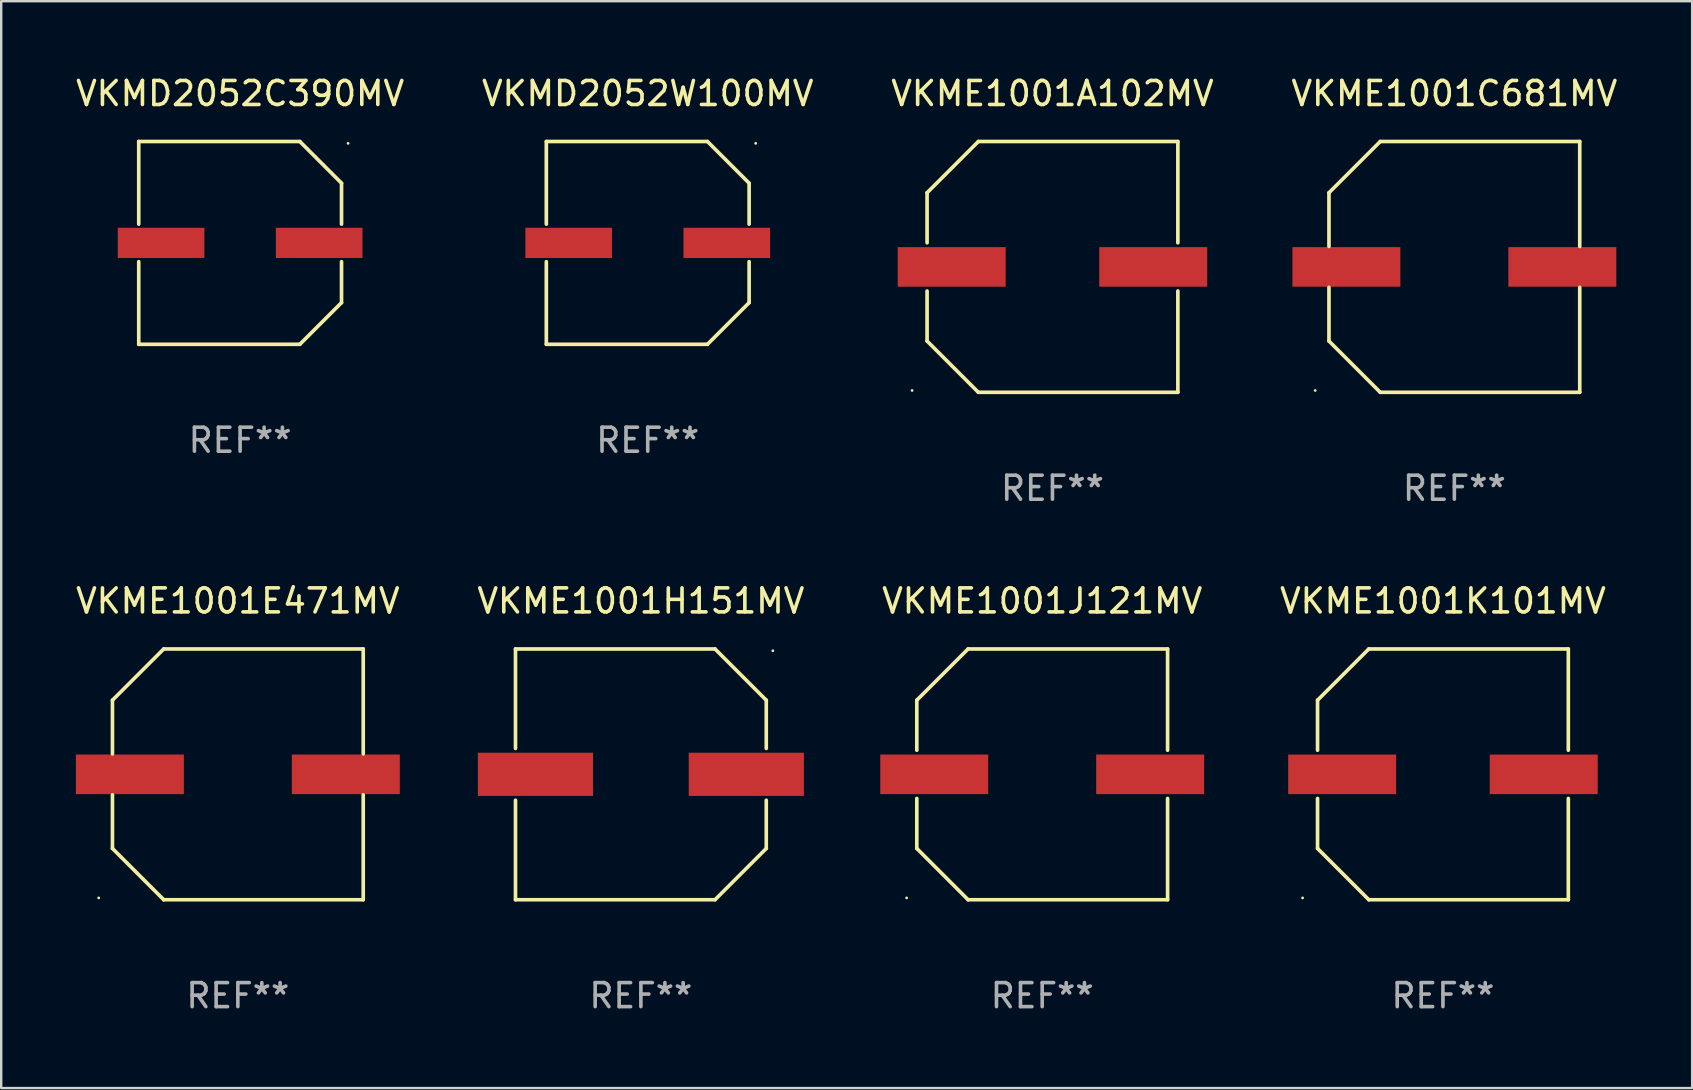
<source format=kicad_pcb>
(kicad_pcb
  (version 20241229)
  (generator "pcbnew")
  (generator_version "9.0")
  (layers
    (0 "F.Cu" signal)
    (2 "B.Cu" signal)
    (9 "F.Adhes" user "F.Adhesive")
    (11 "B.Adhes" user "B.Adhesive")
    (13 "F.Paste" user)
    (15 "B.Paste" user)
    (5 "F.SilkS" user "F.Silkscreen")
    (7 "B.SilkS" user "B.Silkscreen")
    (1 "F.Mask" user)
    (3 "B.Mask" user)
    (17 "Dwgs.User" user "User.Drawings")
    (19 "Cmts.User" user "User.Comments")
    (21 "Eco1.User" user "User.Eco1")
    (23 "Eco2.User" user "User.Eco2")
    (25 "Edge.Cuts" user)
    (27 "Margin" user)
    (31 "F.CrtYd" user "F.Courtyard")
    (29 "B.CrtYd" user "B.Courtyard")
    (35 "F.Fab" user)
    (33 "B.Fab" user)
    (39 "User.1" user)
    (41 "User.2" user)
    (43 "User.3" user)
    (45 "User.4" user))
  (footprint "VKMD2052C390MV"
    (layer "F.Cu")
    (at 6.958 7.074)
    (property "Reference" "VKMD2052C390MV" (at 0 -6.226 0) (layer "F.SilkS") (effects (font (size 1 1) (thickness 0.15))))
    (attr through_hole)
    (fp_line (start -4.226 -4.226) (end 2.49 -4.226) (stroke (width 0.152) (type solid)) (layer "F.SilkS"))
    (fp_line (start -4.226 -0.782) (end -4.226 -4.226) (stroke (width 0.152) (type solid)) (layer "F.SilkS"))
    (fp_line (start -4.226 0.782) (end -4.226 4.226) (stroke (width 0.152) (type solid)) (layer "F.SilkS"))
    (fp_line (start -4.226 4.226) (end 2.49 4.226) (stroke (width 0.152) (type solid)) (layer "F.SilkS"))
    (fp_line (start 2.49 -4.226) (end 4.226 -2.49) (stroke (width 0.152) (type solid)) (layer "F.SilkS"))
    (fp_line (start 2.49 4.226) (end 4.226 2.49) (stroke (width 0.152) (type solid)) (layer "F.SilkS"))
    (fp_line (start 4.226 -2.49) (end 4.226 -0.782) (stroke (width 0.152) (type solid)) (layer "F.SilkS"))
    (fp_line (start 4.226 2.49) (end 4.226 0.782) (stroke (width 0.152) (type solid)) (layer "F.SilkS"))
    (fp_circle (center 4.5 -4.15) (end 4.53 -4.15) (stroke (width 0.06) (type solid)) (fill no) (layer "F.SilkS"))
    (fp_text user "REF**" (at 0 8.226 0) (layer "F.Fab") (effects (font (size 1 1) (thickness 0.15))))
    (pad "1" smd rect (at 3.295 0 180) (size 3.61 1.26) (layers "F.Cu" "F.Mask" "F.Paste"))
    (pad "2" smd rect (at -3.295 0 180) (size 3.61 1.26) (layers "F.Cu" "F.Mask" "F.Paste")))
  (footprint "VKME1001A102MV"
    (layer "F.Cu")
    (at 40.815 8.074)
    (property "Reference" "VKME1001A102MV" (at 0 -7.226 0) (layer "F.SilkS") (effects (font (size 1 1) (thickness 0.15))))
    (attr through_hole)
    (fp_line (start -5.226 -3.09) (end -5.226 -1.005) (stroke (width 0.152) (type solid)) (layer "F.SilkS"))
    (fp_line (start -5.226 1.005) (end -5.226 3.09) (stroke (width 0.152) (type solid)) (layer "F.SilkS"))
    (fp_line (start -3.09 -5.226) (end -5.226 -3.09) (stroke (width 0.152) (type solid)) (layer "F.SilkS"))
    (fp_line (start -3.09 5.226) (end -5.226 3.09) (stroke (width 0.152) (type solid)) (layer "F.SilkS"))
    (fp_line (start 5.226 -5.226) (end -3.09 -5.226) (stroke (width 0.152) (type solid)) (layer "F.SilkS"))
    (fp_line (start 5.226 -5.226) (end 5.226 -1.005) (stroke (width 0.152) (type solid)) (layer "F.SilkS"))
    (fp_line (start 5.226 1.005) (end 5.226 5.226) (stroke (width 0.152) (type solid)) (layer "F.SilkS"))
    (fp_line (start 5.226 5.226) (end -3.09 5.226) (stroke (width 0.152) (type solid)) (layer "F.SilkS"))
    (fp_circle (center -5.85 5.15) (end -5.82 5.15) (stroke (width 0.06) (type solid)) (fill no) (layer "F.SilkS"))
    (fp_text user "REF**" (at 0 9.226 0) (layer "F.Fab") (effects (font (size 1 1) (thickness 0.15))))
    (pad "1" smd rect (at -4.2 0.000292) (size 4.5 1.65) (layers "F.Cu" "F.Mask" "F.Paste"))
    (pad "2" smd rect (at 4.2 0.000292) (size 4.5 1.65) (layers "F.Cu" "F.Mask" "F.Paste")))
  (footprint "VKME1001E471MV"
    (layer "F.Cu")
    (at 6.863 29.223)
    (property "Reference" "VKME1001E471MV" (at 0 -7.226 0) (layer "F.SilkS") (effects (font (size 1 1) (thickness 0.15))))
    (attr through_hole)
    (fp_line (start -5.226 -3.09) (end -5.226 -0.852) (stroke (width 0.152) (type solid)) (layer "F.SilkS"))
    (fp_line (start -5.226 3.09) (end -5.226 0.852) (stroke (width 0.152) (type solid)) (layer "F.SilkS"))
    (fp_line (start -3.09 -5.226) (end -5.226 -3.09) (stroke (width 0.152) (type solid)) (layer "F.SilkS"))
    (fp_line (start -3.09 5.226) (end -5.226 3.09) (stroke (width 0.152) (type solid)) (layer "F.SilkS"))
    (fp_line (start 5.226 -5.226) (end -3.09 -5.226) (stroke (width 0.152) (type solid)) (layer "F.SilkS"))
    (fp_line (start 5.226 -0.852) (end 5.226 -5.226) (stroke (width 0.152) (type solid)) (layer "F.SilkS"))
    (fp_line (start 5.226 0.852) (end 5.226 5.226) (stroke (width 0.152) (type solid)) (layer "F.SilkS"))
    (fp_line (start 5.226 5.226) (end -3.09 5.226) (stroke (width 0.152) (type solid)) (layer "F.SilkS"))
    (fp_circle (center -5.8 5.15) (end -5.77 5.15) (stroke (width 0.06) (type solid)) (fill no) (layer "F.SilkS"))
    (fp_text user "REF**" (at 0 9.226 0) (layer "F.Fab") (effects (font (size 1 1) (thickness 0.15))))
    (pad "1" smd rect (at -4.5 0) (size 4.5 1.65) (layers "F.Cu" "F.Mask" "F.Paste"))
    (pad "2" smd rect (at 4.5 0) (size 4.5 1.65) (layers "F.Cu" "F.Mask" "F.Paste")))
  (footprint "VKME1001C681MV"
    (layer "F.Cu")
    (at 57.565 8.074)
    (property "Reference" "VKME1001C681MV" (at 0 -7.226 0) (layer "F.SilkS") (effects (font (size 1 1) (thickness 0.15))))
    (attr through_hole)
    (fp_line (start -5.226 -3.09) (end -5.226 -0.852) (stroke (width 0.152) (type solid)) (layer "F.SilkS"))
    (fp_line (start -5.226 3.09) (end -5.226 0.852) (stroke (width 0.152) (type solid)) (layer "F.SilkS"))
    (fp_line (start -3.09 -5.226) (end -5.226 -3.09) (stroke (width 0.152) (type solid)) (layer "F.SilkS"))
    (fp_line (start -3.09 5.226) (end -5.226 3.09) (stroke (width 0.152) (type solid)) (layer "F.SilkS"))
    (fp_line (start 5.226 -5.226) (end -3.09 -5.226) (stroke (width 0.152) (type solid)) (layer "F.SilkS"))
    (fp_line (start 5.226 -0.852) (end 5.226 -5.226) (stroke (width 0.152) (type solid)) (layer "F.SilkS"))
    (fp_line (start 5.226 0.852) (end 5.226 5.226) (stroke (width 0.152) (type solid)) (layer "F.SilkS"))
    (fp_line (start 5.226 5.226) (end -3.09 5.226) (stroke (width 0.152) (type solid)) (layer "F.SilkS"))
    (fp_circle (center -5.8 5.15) (end -5.77 5.15) (stroke (width 0.06) (type solid)) (fill no) (layer "F.SilkS"))
    (fp_text user "REF**" (at 0 9.226 0) (layer "F.Fab") (effects (font (size 1 1) (thickness 0.15))))
    (pad "1" smd rect (at -4.5 0) (size 4.5 1.65) (layers "F.Cu" "F.Mask" "F.Paste"))
    (pad "2" smd rect (at 4.5 0) (size 4.5 1.65) (layers "F.Cu" "F.Mask" "F.Paste")))
  (footprint "VKME1001J121MV"
    (layer "F.Cu")
    (at 40.387 29.223)
    (property "Reference" "VKME1001J121MV" (at 0 -7.226 0) (layer "F.SilkS") (effects (font (size 1 1) (thickness 0.15))))
    (attr through_hole)
    (fp_line (start -5.226 -3.09) (end -5.226 -1.005) (stroke (width 0.152) (type solid)) (layer "F.SilkS"))
    (fp_line (start -5.226 1.005) (end -5.226 3.09) (stroke (width 0.152) (type solid)) (layer "F.SilkS"))
    (fp_line (start -3.09 -5.226) (end -5.226 -3.09) (stroke (width 0.152) (type solid)) (layer "F.SilkS"))
    (fp_line (start -3.09 5.226) (end -5.226 3.09) (stroke (width 0.152) (type solid)) (layer "F.SilkS"))
    (fp_line (start 5.226 -5.226) (end -3.09 -5.226) (stroke (width 0.152) (type solid)) (layer "F.SilkS"))
    (fp_line (start 5.226 -1.005) (end 5.226 -5.226) (stroke (width 0.152) (type solid)) (layer "F.SilkS"))
    (fp_line (start 5.226 5.226) (end -3.09 5.226) (stroke (width 0.152) (type solid)) (layer "F.SilkS"))
    (fp_line (start 5.226 5.226) (end 5.226 1.005) (stroke (width 0.152) (type solid)) (layer "F.SilkS"))
    (fp_circle (center -5.65 5.15) (end -5.62 5.15) (stroke (width 0.06) (type solid)) (fill no) (layer "F.SilkS"))
    (fp_text user "REF**" (at 0 9.226 0) (layer "F.Fab") (effects (font (size 1 1) (thickness 0.15))))
    (pad "1" smd rect (at -4.5 0) (size 4.5 1.65) (layers "F.Cu" "F.Mask" "F.Paste"))
    (pad "2" smd rect (at 4.5 0) (size 4.5 1.65) (layers "F.Cu" "F.Mask" "F.Paste")))
  (footprint "VKMD2052W100MV"
    (layer "F.Cu")
    (at 23.946 7.074)
    (property "Reference" "VKMD2052W100MV" (at 0 -6.226 0) (layer "F.SilkS") (effects (font (size 1 1) (thickness 0.15))))
    (attr through_hole)
    (fp_line (start -4.226 -4.226) (end 2.49 -4.226) (stroke (width 0.152) (type solid)) (layer "F.SilkS"))
    (fp_line (start -4.226 -0.782) (end -4.226 -4.226) (stroke (width 0.152) (type solid)) (layer "F.SilkS"))
    (fp_line (start -4.226 0.782) (end -4.226 4.226) (stroke (width 0.152) (type solid)) (layer "F.SilkS"))
    (fp_line (start -4.226 4.226) (end 2.49 4.226) (stroke (width 0.152) (type solid)) (layer "F.SilkS"))
    (fp_line (start 2.49 -4.226) (end 4.226 -2.49) (stroke (width 0.152) (type solid)) (layer "F.SilkS"))
    (fp_line (start 2.49 4.226) (end 4.226 2.49) (stroke (width 0.152) (type solid)) (layer "F.SilkS"))
    (fp_line (start 4.226 -2.49) (end 4.226 -0.782) (stroke (width 0.152) (type solid)) (layer "F.SilkS"))
    (fp_line (start 4.226 2.49) (end 4.226 0.782) (stroke (width 0.152) (type solid)) (layer "F.SilkS"))
    (fp_circle (center 4.5 -4.15) (end 4.53 -4.15) (stroke (width 0.06) (type solid)) (fill no) (layer "F.SilkS"))
    (fp_text user "REF**" (at 0 8.226 0) (layer "F.Fab") (effects (font (size 1 1) (thickness 0.15))))
    (pad "1" smd rect (at 3.295 0 180) (size 3.61 1.26) (layers "F.Cu" "F.Mask" "F.Paste"))
    (pad "2" smd rect (at -3.295 0 180) (size 3.61 1.26) (layers "F.Cu" "F.Mask" "F.Paste")))
  (footprint "VKME1001K101MV"
    (layer "F.Cu")
    (at 57.089 29.223)
    (property "Reference" "VKME1001K101MV" (at 0 -7.226 0) (layer "F.SilkS") (effects (font (size 1 1) (thickness 0.15))))
    (attr through_hole)
    (fp_line (start -5.226 -3.09) (end -5.226 -1.005) (stroke (width 0.152) (type solid)) (layer "F.SilkS"))
    (fp_line (start -5.226 1.005) (end -5.226 3.09) (stroke (width 0.152) (type solid)) (layer "F.SilkS"))
    (fp_line (start -3.09 -5.226) (end -5.226 -3.09) (stroke (width 0.152) (type solid)) (layer "F.SilkS"))
    (fp_line (start -3.09 5.226) (end -5.226 3.09) (stroke (width 0.152) (type solid)) (layer "F.SilkS"))
    (fp_line (start 5.226 -5.226) (end -3.09 -5.226) (stroke (width 0.152) (type solid)) (layer "F.SilkS"))
    (fp_line (start 5.226 -5.226) (end 5.226 -1.005) (stroke (width 0.152) (type solid)) (layer "F.SilkS"))
    (fp_line (start 5.226 1.005) (end 5.226 5.226) (stroke (width 0.152) (type solid)) (layer "F.SilkS"))
    (fp_line (start 5.226 5.226) (end -3.09 5.226) (stroke (width 0.152) (type solid)) (layer "F.SilkS"))
    (fp_circle (center -5.85 5.15) (end -5.82 5.15) (stroke (width 0.06) (type solid)) (fill no) (layer "F.SilkS"))
    (fp_text user "REF**" (at 0 9.226 0) (layer "F.Fab") (effects (font (size 1 1) (thickness 0.15))))
    (pad "1" smd rect (at -4.2 0.000292) (size 4.5 1.65) (layers "F.Cu" "F.Mask" "F.Paste"))
    (pad "2" smd rect (at 4.2 0.000292) (size 4.5 1.65) (layers "F.Cu" "F.Mask" "F.Paste")))
  (footprint "VKME1001H151MV"
    (layer "F.Cu")
    (at 23.661 29.223)
    (property "Reference" "VKME1001H151MV" (at 0 -7.226 0) (layer "F.SilkS") (effects (font (size 1 1) (thickness 0.15))))
    (attr through_hole)
    (fp_line (start -5.226 -5.226) (end -5.226 -1.08) (stroke (width 0.152) (type solid)) (layer "F.SilkS"))
    (fp_line (start -5.226 -5.226) (end 3.09 -5.226) (stroke (width 0.152) (type solid)) (layer "F.SilkS"))
    (fp_line (start -5.226 1.08) (end -5.226 5.226) (stroke (width 0.152) (type solid)) (layer "F.SilkS"))
    (fp_line (start -5.226 5.226) (end 3.09 5.226) (stroke (width 0.152) (type solid)) (layer "F.SilkS"))
    (fp_line (start 3.09 -5.226) (end 5.226 -3.09) (stroke (width 0.152) (type solid)) (layer "F.SilkS"))
    (fp_line (start 3.09 5.226) (end 5.226 3.09) (stroke (width 0.152) (type solid)) (layer "F.SilkS"))
    (fp_line (start 5.226 -1.08) (end 5.226 -3.09) (stroke (width 0.152) (type solid)) (layer "F.SilkS"))
    (fp_line (start 5.226 3.09) (end 5.226 1.08) (stroke (width 0.152) (type solid)) (layer "F.SilkS"))
    (fp_circle (center 5.5 -5.15) (end 5.53 -5.15) (stroke (width 0.06) (type solid)) (fill no) (layer "F.SilkS"))
    (fp_text user "REF**" (at 0 9.226 0) (layer "F.Fab") (effects (font (size 1 1) (thickness 0.15))))
    (pad "1" smd rect (at 4.395 0 180) (size 4.8 1.8) (layers "F.Cu" "F.Mask" "F.Paste"))
    (pad "2" smd rect (at -4.395 0 180) (size 4.8 1.8) (layers "F.Cu" "F.Mask" "F.Paste")))
  (gr_rect
    (start -3 -3)
    (end 67.476 42.298)
    (stroke (width 0.1) (type default))
    (fill no)
    (layer "Edge.Cuts")))
</source>
